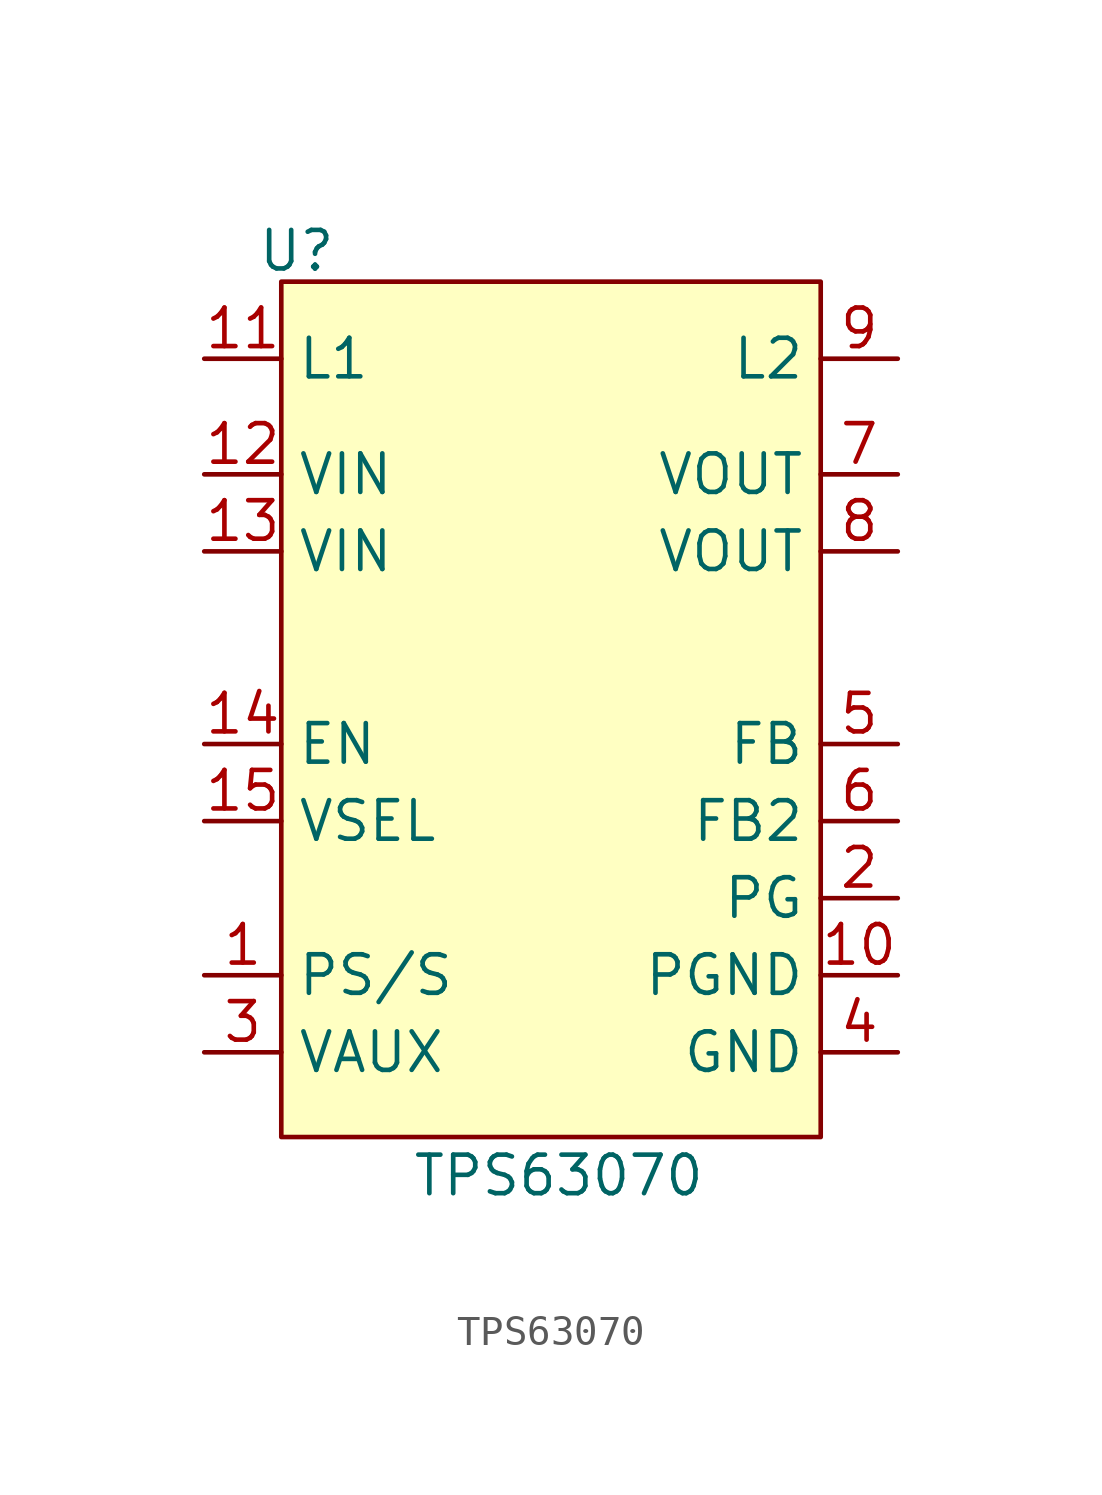
<source format=kicad_sym>
(kicad_symbol_lib
  (version 20241209)
  (generator "kicad_symbol_editor")
  (generator_version "9.0")
  (symbol "TPS63070"
    (property "Reference" "U"
      (at 0.508 1.016 0)
      (effects (font (size 1.27 1.27))))
    (property "Value" "TPS63070"
      (at 9.144 -29.464 0)
      (effects (font (size 1.27 1.27))))
    (symbol "TPS63070_1_1"
      (rectangle (start 0 0) (end 17.78 -28.194) (stroke (width 0) (type solid)) (fill (type background)))
      (pin input line (at -2.54 -2.54 0) (length 2.54) (name "L1" (effects (font (size 1.27 1.27)))) (number "11" (effects (font (size 1.27 1.27)))))
      (pin input line (at -2.54 -6.35 0) (length 2.54) (name "VIN" (effects (font (size 1.27 1.27)))) (number "12" (effects (font (size 1.27 1.27)))))
      (pin input line (at -2.54 -8.89 0) (length 2.54) (name "VIN" (effects (font (size 1.27 1.27)))) (number "13" (effects (font (size 1.27 1.27)))))
      (pin input line (at -2.54 -15.24 0) (length 2.54) (name "EN" (effects (font (size 1.27 1.27)))) (number "14" (effects (font (size 1.27 1.27)))))
      (pin input line (at -2.54 -17.78 0) (length 2.54) (name "VSEL" (effects (font (size 1.27 1.27)))) (number "15" (effects (font (size 1.27 1.27)))))
      (pin input line (at -2.54 -22.86 0) (length 2.54) (name "PS/S" (effects (font (size 1.27 1.27)))) (number "1" (effects (font (size 1.27 1.27)))))
      (pin input line (at -2.54 -25.4 0) (length 2.54) (name "VAUX" (effects (font (size 1.27 1.27)))) (number "3" (effects (font (size 1.27 1.27)))))
      (pin input line (at 20.32 -2.54 180) (length 2.54) (name "L2" (effects (font (size 1.27 1.27)))) (number "9" (effects (font (size 1.27 1.27)))))
      (pin input line (at 20.32 -6.35 180) (length 2.54) (name "VOUT" (effects (font (size 1.27 1.27)))) (number "7" (effects (font (size 1.27 1.27)))))
      (pin input line (at 20.32 -8.89 180) (length 2.54) (name "VOUT" (effects (font (size 1.27 1.27)))) (number "8" (effects (font (size 1.27 1.27)))))
      (pin input line (at 20.32 -15.24 180) (length 2.54) (name "FB" (effects (font (size 1.27 1.27)))) (number "5" (effects (font (size 1.27 1.27)))))
      (pin input line (at 20.32 -17.78 180) (length 2.54) (name "FB2" (effects (font (size 1.27 1.27)))) (number "6" (effects (font (size 1.27 1.27)))))
      (pin input line (at 20.32 -20.32 180) (length 2.54) (name "PG" (effects (font (size 1.27 1.27)))) (number "2" (effects (font (size 1.27 1.27)))))
      (pin input line (at 20.32 -22.86 180) (length 2.54) (name "PGND" (effects (font (size 1.27 1.27)))) (number "10" (effects (font (size 1.27 1.27)))))
      (pin input line (at 20.32 -25.4 180) (length 2.54) (name "GND" (effects (font (size 1.27 1.27)))) (number "4" (effects (font (size 1.27 1.27))))))))
</source>
